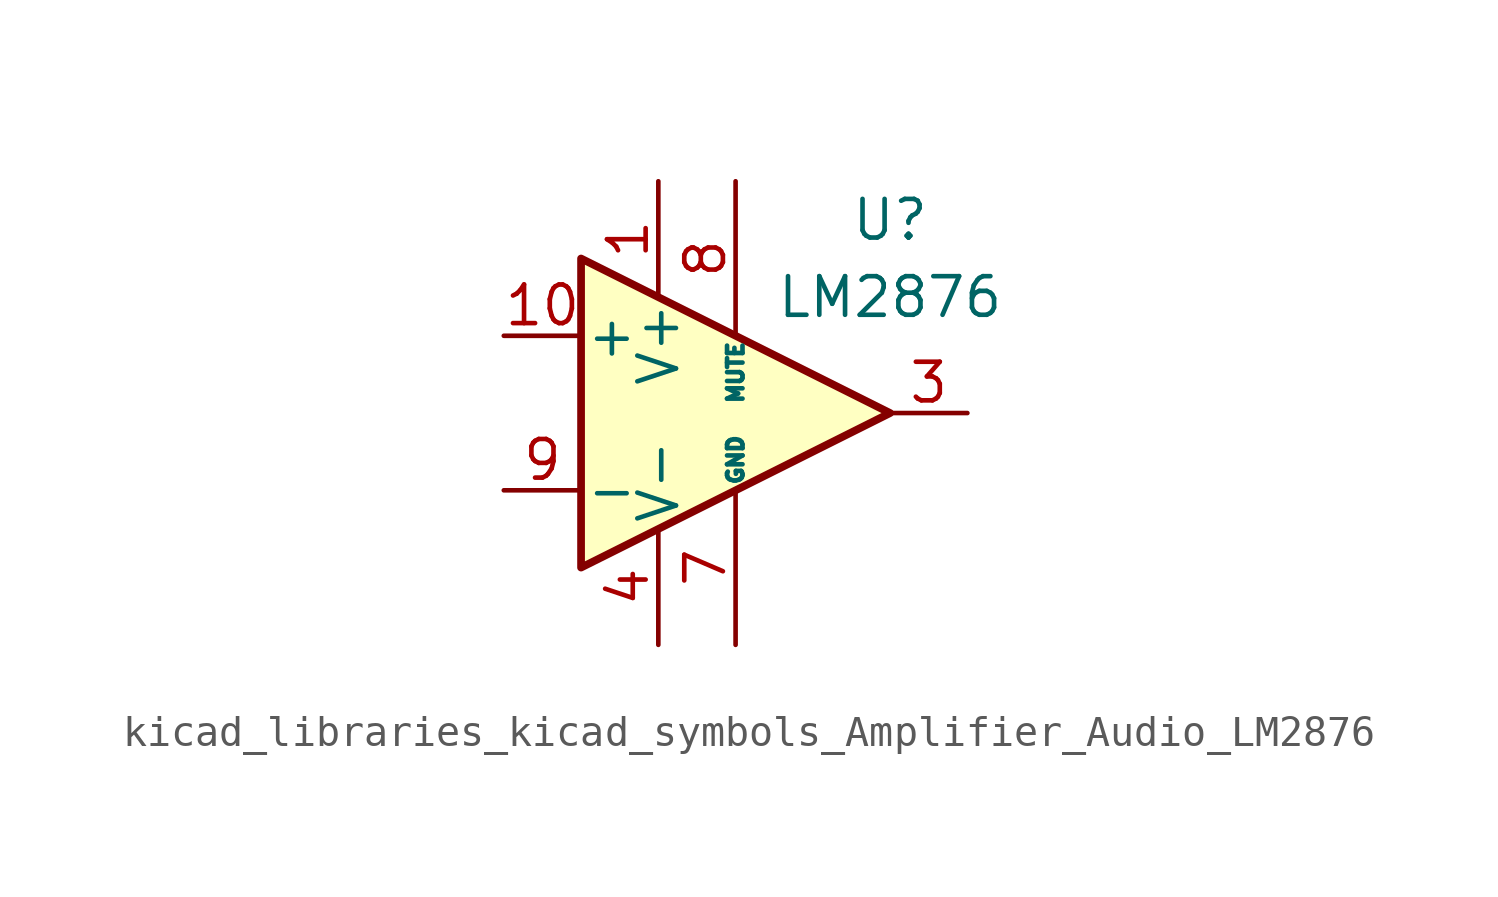
<source format=kicad_sym>
(kicad_symbol_lib
  (version 20220914)
  (generator kicad_symbol_editor)
  (symbol "kicad_libraries_kicad_symbols_Amplifier_Audio_LM2876"
    (pin_names
      (offset 0.127))
    (property "Reference" "U"
      (at 5.08 6.35 0)
      (effects (font (size 1.27 1.27))))
    (property "Value" "LM2876"
      (at 5.08 3.81 0)
      (effects (font (size 1.27 1.27))))
    (symbol "kicad_libraries_kicad_symbols_Amplifier_Audio_LM2876_0_1"
      (polyline (pts (xy -5.08 5.08) (xy 5.08 0) (xy -5.08 -5.08) (xy -5.08 5.08)) (stroke (width 0.254) (type default)) (fill (type background))))
    (symbol "kicad_libraries_kicad_symbols_Amplifier_Audio_LM2876_1_1"
      (pin power_in line (at -2.54 7.62 270) (length 3.81) (name "V+" (effects (font (size 1.27 1.27)))) (number "1" (effects (font (size 1.27 1.27)))))
      (pin input line (at -7.62 2.54 0) (length 2.54) (name "+" (effects (font (size 1.27 1.27)))) (number "10" (effects (font (size 1.27 1.27)))))
      (pin no_connect line (at -5.08 5.08 270) (length 2.54) hide (name "NC" (effects (font (size 1.27 1.27)))) (number "11" (effects (font (size 1.27 1.27)))))
      (pin no_connect line (at -2.54 3.81 270) (length 2.54) hide (name "NC" (effects (font (size 1.27 1.27)))) (number "2" (effects (font (size 1.27 1.27)))))
      (pin output line (at 7.62 0 180) (length 2.54) (name "~" (effects (font (size 1.27 1.27)))) (number "3" (effects (font (size 1.27 1.27)))))
      (pin power_in line (at -2.54 -7.62 90) (length 3.81) (name "V-" (effects (font (size 1.27 1.27)))) (number "4" (effects (font (size 1.27 1.27)))))
      (pin no_connect line (at -2.54 -3.81 270) (length 3.81) hide (name "NC" (effects (font (size 1.27 1.27)))) (number "5" (effects (font (size 1.27 1.27)))))
      (pin no_connect line (at -5.08 -5.08 90) (length 2.54) hide (name "NC" (effects (font (size 1.27 1.27)))) (number "6" (effects (font (size 1.27 1.27)))))
      (pin power_in line (at 0 -7.62 90) (length 5.08) (name "GND" (effects (font (size 0.508 0.508)))) (number "7" (effects (font (size 1.27 1.27)))))
      (pin input line (at 0 7.62 270) (length 5.08) (name "MUTE" (effects (font (size 0.508 0.508)))) (number "8" (effects (font (size 1.27 1.27)))))
      (pin input line (at -7.62 -2.54 0) (length 2.54) (name "-" (effects (font (size 1.27 1.27)))) (number "9" (effects (font (size 1.27 1.27))))))))
</source>
